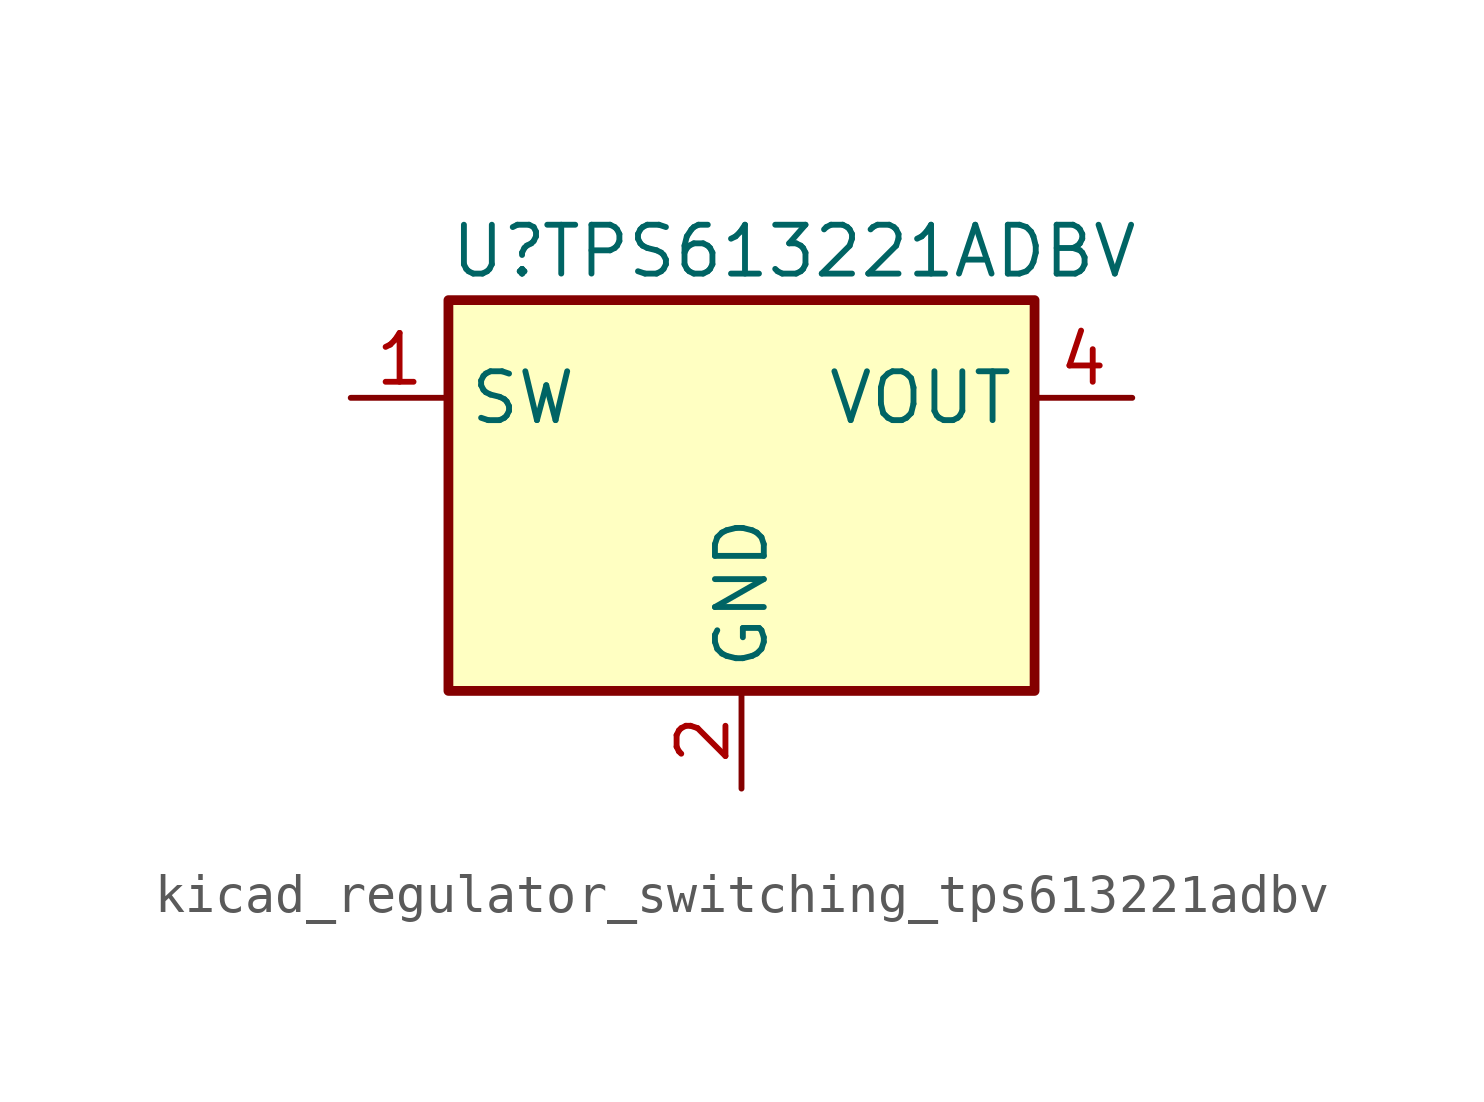
<source format=kicad_sym>
(kicad_symbol_lib
  (version 20220914)
  (generator kicad_symbol_editor)
  (symbol "kicad_regulator_switching_tps613221adbv"
    (property "Reference" "U"
      (at -7.62 6.35 0)
      (effects (font (size 1.27 1.27)) (justify left)))
    (property "Value" "TPS613221ADBV"
      (at 2.54 6.35 0)
      (effects (font (size 1.27 1.27))))
    (symbol "kicad_regulator_switching_tps613221adbv_0_1"
      (rectangle (start -7.62 5.08) (end 7.62 -5.08) (stroke (width 0.254) (type default)) (fill (type background))))
    (symbol "kicad_regulator_switching_tps613221adbv_1_1"
      (pin power_in line (at -10.16 2.54 0) (length 2.54) (name "SW" (effects (font (size 1.27 1.27)))) (number "1" (effects (font (size 1.27 1.27)))))
      (pin power_in line (at 0 -7.62 90) (length 2.54) (name "GND" (effects (font (size 1.27 1.27)))) (number "2" (effects (font (size 1.27 1.27)))))
      (pin no_connect line (at -7.62 -2.54 0) (length 2.54) hide (name "NC" (effects (font (size 1.27 1.27)))) (number "3" (effects (font (size 1.27 1.27)))))
      (pin power_out line (at 10.16 2.54 180) (length 2.54) (name "VOUT" (effects (font (size 1.27 1.27)))) (number "4" (effects (font (size 1.27 1.27)))))
      (pin no_connect line (at 7.62 -2.54 180) (length 2.54) hide (name "NC" (effects (font (size 1.27 1.27)))) (number "5" (effects (font (size 1.27 1.27))))))))
</source>
